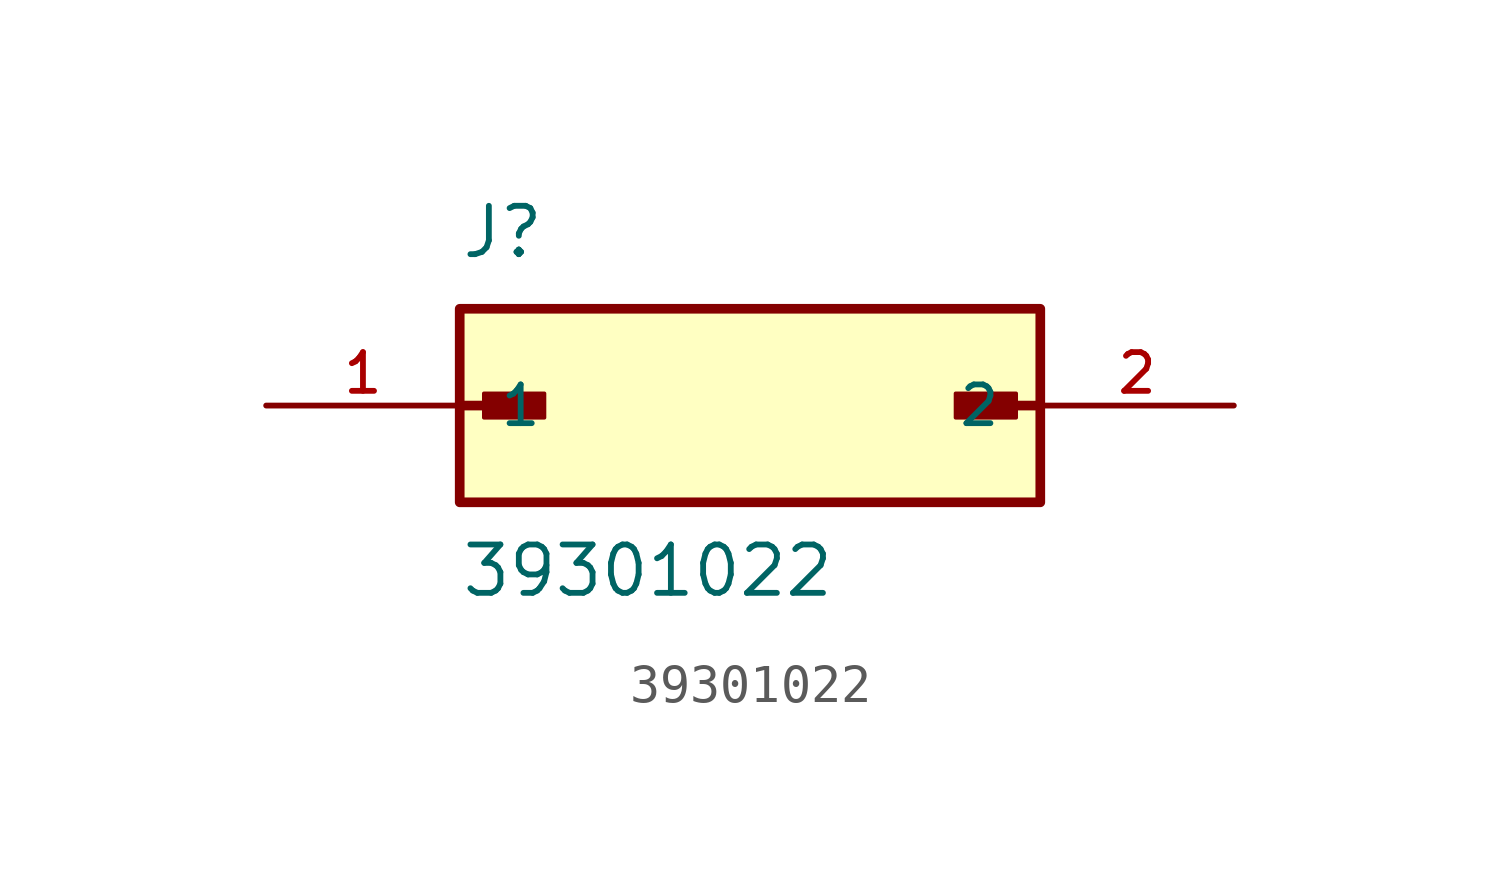
<source format=kicad_sym>
(kicad_symbol_lib
  (version 20211014)
  (generator kicad_symbol_editor)
  (symbol "39301022"
    (pin_names
      (offset 1.016))
    (property "Reference" "J"
      (at -7.62 3.81 0)
      (effects (font (size 1.27 1.27)) (justify bottom left)))
    (property "Value" "39301022"
      (at -7.62 -5.08 0)
      (effects (font (size 1.27 1.27)) (justify bottom left)))
    (symbol "39301022_0_0"
      (polyline (pts (xy -7.62 0.0) (xy -5.715 0.0)) (stroke (width 0.254)))
      (rectangle (start -6.985 -0.318) (end -5.397 0.318) (stroke (width 0.1)) (fill (type outline)))
      (polyline (pts (xy 7.62 0.0) (xy 5.715 0.0)) (stroke (width 0.254)))
      (rectangle (start 5.397 -0.318) (end 6.985 0.318) (stroke (width 0.1)) (fill (type outline)))
      (rectangle (start -7.62 -2.54) (end 7.62 2.54) (stroke (width 0.254)) (fill (type background)))
      (pin passive line (at -12.7 0.0 0) (length 5.08) (name "1" (effects (font (size 1.016 1.016)))) (number "1" (effects (font (size 1.016 1.016)))))
      (pin passive line (at 12.7 0.0 180.0) (length 5.08) (name "2" (effects (font (size 1.016 1.016)))) (number "2" (effects (font (size 1.016 1.016))))))))
</source>
